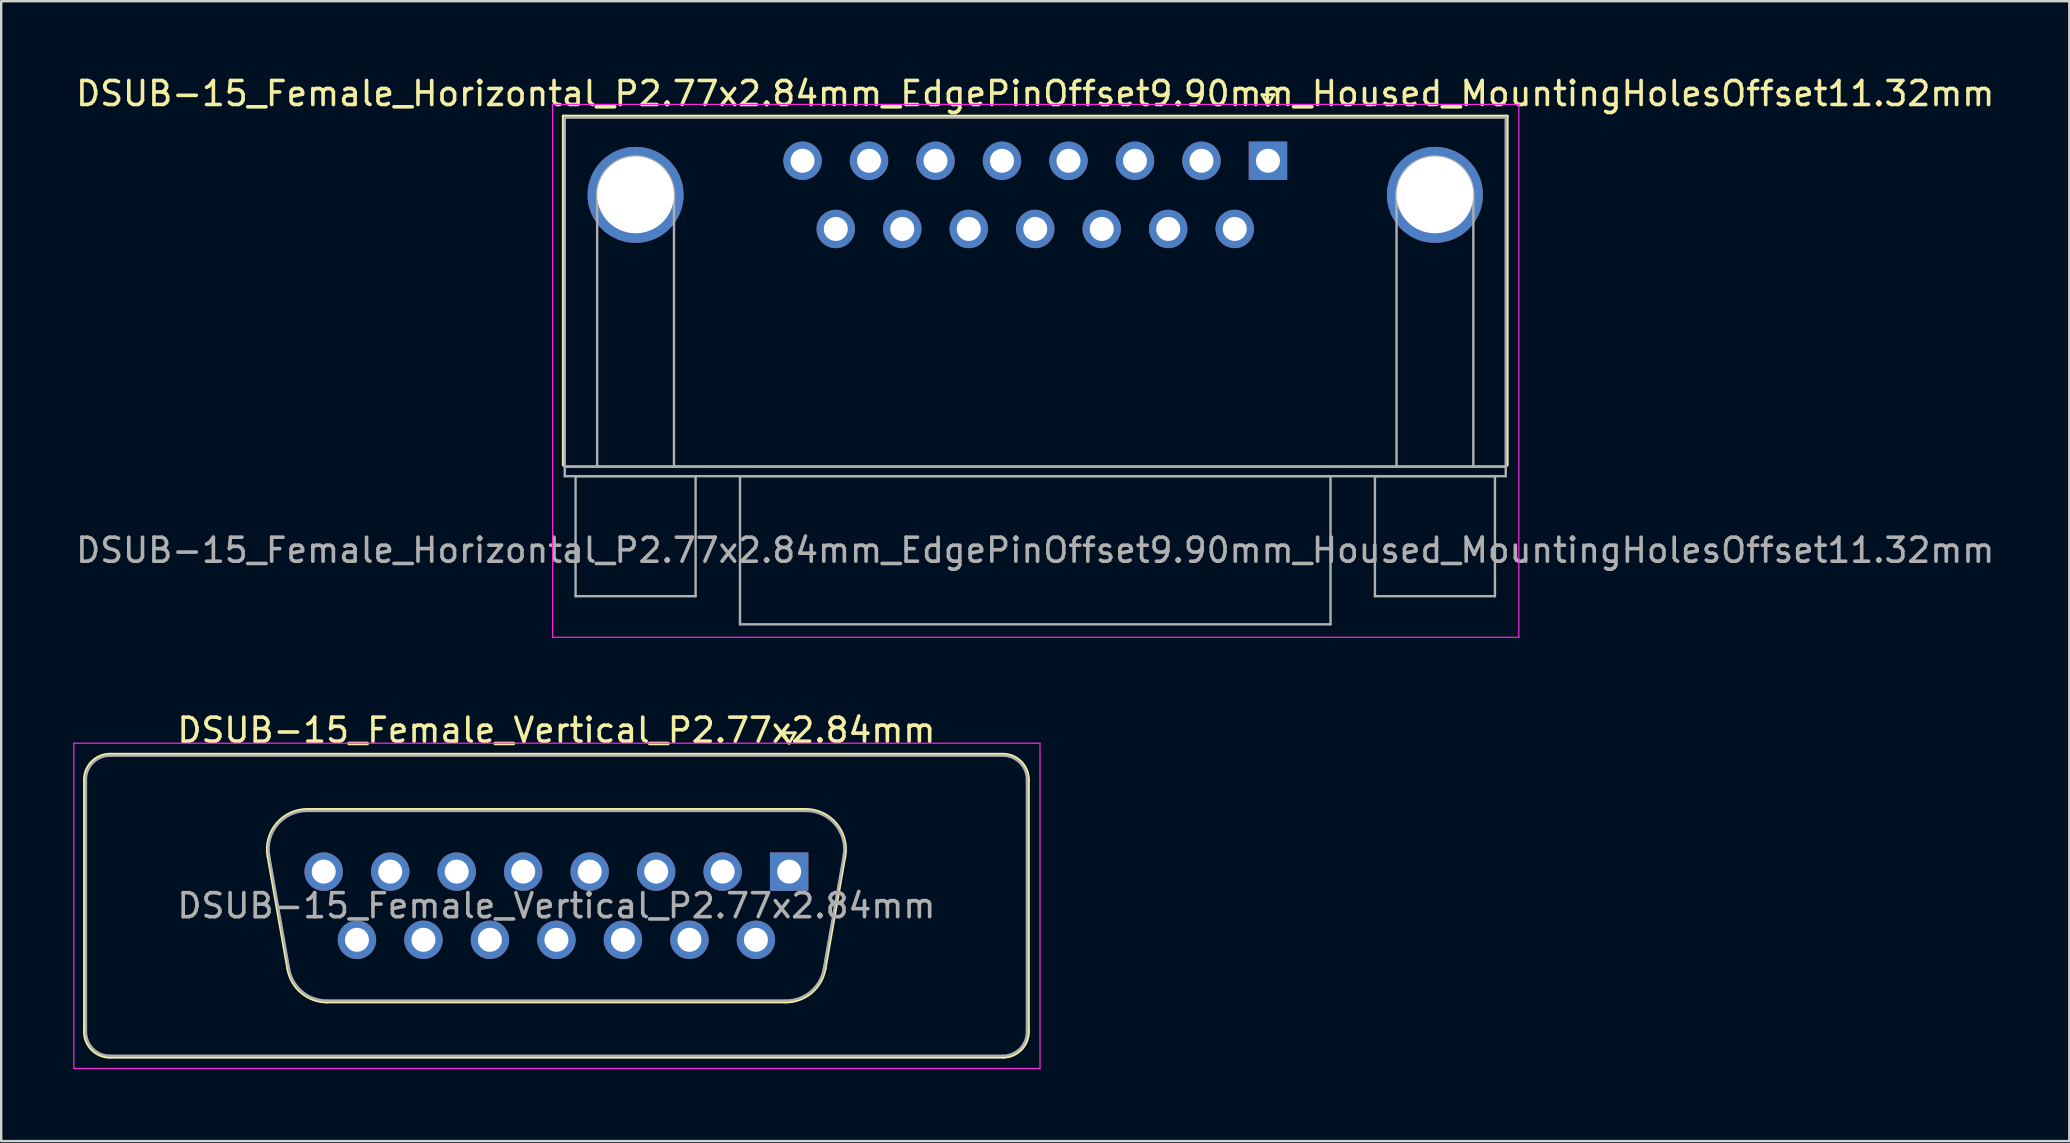
<source format=kicad_pcb>
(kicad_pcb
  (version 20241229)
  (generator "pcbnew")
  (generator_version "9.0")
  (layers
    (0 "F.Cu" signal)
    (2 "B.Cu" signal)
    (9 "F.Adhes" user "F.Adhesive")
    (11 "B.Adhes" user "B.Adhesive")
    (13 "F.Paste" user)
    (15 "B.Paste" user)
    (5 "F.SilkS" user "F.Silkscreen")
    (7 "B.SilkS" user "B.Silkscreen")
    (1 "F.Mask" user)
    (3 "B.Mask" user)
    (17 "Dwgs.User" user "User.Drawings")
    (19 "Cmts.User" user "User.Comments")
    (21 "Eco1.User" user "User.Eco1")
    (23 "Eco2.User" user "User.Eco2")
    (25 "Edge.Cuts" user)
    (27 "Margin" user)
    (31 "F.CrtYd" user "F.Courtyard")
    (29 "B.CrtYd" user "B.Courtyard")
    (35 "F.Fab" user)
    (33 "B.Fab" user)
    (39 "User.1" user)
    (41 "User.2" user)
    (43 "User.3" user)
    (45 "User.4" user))
  (footprint "DSUB-15_Female_Horizontal_P2.77x2.84mm_EdgePinOffset9.90mm_Housed_MountingHolesOffset11.32mm"
    (layer "F.Cu")
    (at 49.772 3.648)
    (property "Reference" "DSUB-15_Female_Horizontal_P2.77x2.84mm_EdgePinOffset9.90mm_Housed_MountingHolesOffset11.32mm" (at -9.695 -2.8 0) (layer "F.SilkS") (effects (font (size 1 1) (thickness 0.15))))
    (attr through_hole)
    (fp_line (start -29.355 -1.86) (end 9.965 -1.86) (stroke (width 0.12) (type solid)) (layer "F.SilkS"))
    (fp_line (start -29.355 12.68) (end -29.355 -1.86) (stroke (width 0.12) (type solid)) (layer "F.SilkS"))
    (fp_line (start -0.25 -2.754) (end 0.25 -2.754) (stroke (width 0.12) (type solid)) (layer "F.SilkS"))
    (fp_line (start 0 -2.321) (end -0.25 -2.754) (stroke (width 0.12) (type solid)) (layer "F.SilkS"))
    (fp_line (start 0.25 -2.754) (end 0 -2.321) (stroke (width 0.12) (type solid)) (layer "F.SilkS"))
    (fp_line (start 9.965 -1.86) (end 9.965 12.68) (stroke (width 0.12) (type solid)) (layer "F.SilkS"))
    (fp_line (start -29.8 -2.35) (end -29.8 19.85) (stroke (width 0.05) (type solid)) (layer "F.CrtYd"))
    (fp_line (start -29.8 19.85) (end 10.45 19.85) (stroke (width 0.05) (type solid)) (layer "F.CrtYd"))
    (fp_line (start 10.45 -2.35) (end -29.8 -2.35) (stroke (width 0.05) (type solid)) (layer "F.CrtYd"))
    (fp_line (start 10.45 19.85) (end 10.45 -2.35) (stroke (width 0.05) (type solid)) (layer "F.CrtYd"))
    (fp_line (start -29.295 -1.8) (end -29.295 12.74) (stroke (width 0.1) (type solid)) (layer "F.Fab"))
    (fp_line (start -29.295 12.74) (end -29.295 13.14) (stroke (width 0.1) (type solid)) (layer "F.Fab"))
    (fp_line (start -29.295 12.74) (end 9.905 12.74) (stroke (width 0.1) (type solid)) (layer "F.Fab"))
    (fp_line (start -29.295 13.14) (end 9.905 13.14) (stroke (width 0.1) (type solid)) (layer "F.Fab"))
    (fp_line (start -28.845 13.14) (end -28.845 18.14) (stroke (width 0.1) (type solid)) (layer "F.Fab"))
    (fp_line (start -28.845 18.14) (end -23.845 18.14) (stroke (width 0.1) (type solid)) (layer "F.Fab"))
    (fp_line (start -27.945 12.74) (end -27.945 1.42) (stroke (width 0.1) (type solid)) (layer "F.Fab"))
    (fp_line (start -24.745 12.74) (end -24.745 1.42) (stroke (width 0.1) (type solid)) (layer "F.Fab"))
    (fp_line (start -23.845 13.14) (end -28.845 13.14) (stroke (width 0.1) (type solid)) (layer "F.Fab"))
    (fp_line (start -23.845 18.14) (end -23.845 13.14) (stroke (width 0.1) (type solid)) (layer "F.Fab"))
    (fp_line (start -21.995 13.14) (end -21.995 19.31) (stroke (width 0.1) (type solid)) (layer "F.Fab"))
    (fp_line (start -21.995 19.31) (end 2.605 19.31) (stroke (width 0.1) (type solid)) (layer "F.Fab"))
    (fp_line (start 2.605 13.14) (end -21.995 13.14) (stroke (width 0.1) (type solid)) (layer "F.Fab"))
    (fp_line (start 2.605 19.31) (end 2.605 13.14) (stroke (width 0.1) (type solid)) (layer "F.Fab"))
    (fp_line (start 4.455 13.14) (end 4.455 18.14) (stroke (width 0.1) (type solid)) (layer "F.Fab"))
    (fp_line (start 4.455 18.14) (end 9.455 18.14) (stroke (width 0.1) (type solid)) (layer "F.Fab"))
    (fp_line (start 5.355 12.74) (end 5.355 1.42) (stroke (width 0.1) (type solid)) (layer "F.Fab"))
    (fp_line (start 8.555 12.74) (end 8.555 1.42) (stroke (width 0.1) (type solid)) (layer "F.Fab"))
    (fp_line (start 9.455 13.14) (end 4.455 13.14) (stroke (width 0.1) (type solid)) (layer "F.Fab"))
    (fp_line (start 9.455 18.14) (end 9.455 13.14) (stroke (width 0.1) (type solid)) (layer "F.Fab"))
    (fp_line (start 9.905 -1.8) (end -29.295 -1.8) (stroke (width 0.1) (type solid)) (layer "F.Fab"))
    (fp_line (start 9.905 12.74) (end -29.295 12.74) (stroke (width 0.1) (type solid)) (layer "F.Fab"))
    (fp_line (start 9.905 12.74) (end 9.905 -1.8) (stroke (width 0.1) (type solid)) (layer "F.Fab"))
    (fp_line (start 9.905 13.14) (end 9.905 12.74) (stroke (width 0.1) (type solid)) (layer "F.Fab"))
    (fp_arc (start -27.945 1.42) (mid -26.345 -0.18) (end -24.745 1.42) (stroke (width 0.1) (type solid)) (layer "F.Fab"))
    (fp_arc (start 5.355 1.42) (mid 6.955 -0.18) (end 8.555 1.42) (stroke (width 0.1) (type solid)) (layer "F.Fab"))
    (fp_text user "${REFERENCE}" (at -9.695 16.225 0) (layer "F.Fab") (effects (font (size 1 1) (thickness 0.15))))
    (pad "0" thru_hole circle (at -26.345 1.42) (size 4 4) (drill 3.2) (layers "*.Cu" "*.Mask"))
    (pad "0" thru_hole circle (at 6.955 1.42) (size 4 4) (drill 3.2) (layers "*.Cu" "*.Mask"))
    (pad "1" thru_hole rect (at 0 0) (size 1.6 1.6) (drill 1) (layers "*.Cu" "*.Mask"))
    (pad "2" thru_hole circle (at -2.77 0) (size 1.6 1.6) (drill 1) (layers "*.Cu" "*.Mask"))
    (pad "3" thru_hole circle (at -5.54 0) (size 1.6 1.6) (drill 1) (layers "*.Cu" "*.Mask"))
    (pad "4" thru_hole circle (at -8.31 0) (size 1.6 1.6) (drill 1) (layers "*.Cu" "*.Mask"))
    (pad "5" thru_hole circle (at -11.08 0) (size 1.6 1.6) (drill 1) (layers "*.Cu" "*.Mask"))
    (pad "6" thru_hole circle (at -13.85 0) (size 1.6 1.6) (drill 1) (layers "*.Cu" "*.Mask"))
    (pad "7" thru_hole circle (at -16.62 0) (size 1.6 1.6) (drill 1) (layers "*.Cu" "*.Mask"))
    (pad "8" thru_hole circle (at -19.39 0) (size 1.6 1.6) (drill 1) (layers "*.Cu" "*.Mask"))
    (pad "9" thru_hole circle (at -1.385 2.84) (size 1.6 1.6) (drill 1) (layers "*.Cu" "*.Mask"))
    (pad "10" thru_hole circle (at -4.155 2.84) (size 1.6 1.6) (drill 1) (layers "*.Cu" "*.Mask"))
    (pad "11" thru_hole circle (at -6.925 2.84) (size 1.6 1.6) (drill 1) (layers "*.Cu" "*.Mask"))
    (pad "12" thru_hole circle (at -9.695 2.84) (size 1.6 1.6) (drill 1) (layers "*.Cu" "*.Mask"))
    (pad "13" thru_hole circle (at -12.465 2.84) (size 1.6 1.6) (drill 1) (layers "*.Cu" "*.Mask"))
    (pad "14" thru_hole circle (at -15.235 2.84) (size 1.6 1.6) (drill 1) (layers "*.Cu" "*.Mask"))
    (pad "15" thru_hole circle (at -18.005 2.84) (size 1.6 1.6) (drill 1) (layers "*.Cu" "*.Mask")))
  (footprint "DSUB-15_Female_Vertical_P2.77x2.84mm"
    (layer "F.Cu")
    (at 29.825 33.261)
    (property "Reference" "DSUB-15_Female_Vertical_P2.77x2.84mm" (at -9.695 -5.89 0) (layer "F.SilkS") (effects (font (size 1 1) (thickness 0.15))))
    (attr through_hole)
    (fp_line (start -29.355 6.67) (end -29.355 -3.83) (stroke (width 0.12) (type solid)) (layer "F.SilkS"))
    (fp_line (start -28.295 -4.89) (end 8.905 -4.89) (stroke (width 0.12) (type solid)) (layer "F.SilkS"))
    (fp_line (start -21.711 -0.642) (end -20.883 4.058) (stroke (width 0.12) (type solid)) (layer "F.SilkS"))
    (fp_line (start -20.077 -2.59) (end 0.687 -2.59) (stroke (width 0.12) (type solid)) (layer "F.SilkS"))
    (fp_line (start -19.248 5.43) (end -0.142 5.43) (stroke (width 0.12) (type solid)) (layer "F.SilkS"))
    (fp_line (start -0.25 -5.784) (end 0.25 -5.784) (stroke (width 0.12) (type solid)) (layer "F.SilkS"))
    (fp_line (start 0 -5.351) (end -0.25 -5.784) (stroke (width 0.12) (type solid)) (layer "F.SilkS"))
    (fp_line (start 0.25 -5.784) (end 0 -5.351) (stroke (width 0.12) (type solid)) (layer "F.SilkS"))
    (fp_line (start 2.321 -0.642) (end 1.493 4.058) (stroke (width 0.12) (type solid)) (layer "F.SilkS"))
    (fp_line (start 8.905 7.73) (end -28.295 7.73) (stroke (width 0.12) (type solid)) (layer "F.SilkS"))
    (fp_line (start 9.965 -3.83) (end 9.965 6.67) (stroke (width 0.12) (type solid)) (layer "F.SilkS"))
    (fp_arc (start -29.355 -3.83) (mid -29.044533 -4.579533) (end -28.295 -4.89) (stroke (width 0.12) (type solid)) (layer "F.SilkS"))
    (fp_arc (start -28.295 7.73) (mid -29.044533 7.419533) (end -29.355 6.67) (stroke (width 0.12) (type solid)) (layer "F.SilkS"))
    (fp_arc (start -21.71147 -0.641744) (mid -21.348323 -1.997028) (end -20.076689 -2.59) (stroke (width 0.12) (type solid)) (layer "F.SilkS"))
    (fp_arc (start -19.247952 5.43) (mid -20.314979 5.041634) (end -20.882733 4.058256) (stroke (width 0.12) (type solid)) (layer "F.SilkS"))
    (fp_arc (start 0.686689 -2.59) (mid 1.958323 -1.997027) (end 2.32147 -0.641744) (stroke (width 0.12) (type solid)) (layer "F.SilkS"))
    (fp_arc (start 1.492733 4.058256) (mid 0.92498 5.041634) (end -0.142048 5.43) (stroke (width 0.12) (type solid)) (layer "F.SilkS"))
    (fp_arc (start 8.905 -4.89) (mid 9.654533 -4.579533) (end 9.965 -3.83) (stroke (width 0.12) (type solid)) (layer "F.SilkS"))
    (fp_arc (start 9.965 6.67) (mid 9.654533 7.419533) (end 8.905 7.73) (stroke (width 0.12) (type solid)) (layer "F.SilkS"))
    (fp_line (start -29.8 -5.35) (end -29.8 8.2) (stroke (width 0.05) (type solid)) (layer "F.CrtYd"))
    (fp_line (start -29.8 8.2) (end 10.45 8.2) (stroke (width 0.05) (type solid)) (layer "F.CrtYd"))
    (fp_line (start 10.45 -5.35) (end -29.8 -5.35) (stroke (width 0.05) (type solid)) (layer "F.CrtYd"))
    (fp_line (start 10.45 8.2) (end 10.45 -5.35) (stroke (width 0.05) (type solid)) (layer "F.CrtYd"))
    (fp_line (start -29.295 6.67) (end -29.295 -3.83) (stroke (width 0.1) (type solid)) (layer "F.Fab"))
    (fp_line (start -28.295 -4.83) (end 8.905 -4.83) (stroke (width 0.1) (type solid)) (layer "F.Fab"))
    (fp_line (start -21.664 -0.652) (end -20.835 4.048) (stroke (width 0.1) (type solid)) (layer "F.Fab"))
    (fp_line (start -20.088 -2.53) (end 0.698 -2.53) (stroke (width 0.1) (type solid)) (layer "F.Fab"))
    (fp_line (start -19.259 5.37) (end -0.131 5.37) (stroke (width 0.1) (type solid)) (layer "F.Fab"))
    (fp_line (start 2.274 -0.652) (end 1.445 4.048) (stroke (width 0.1) (type solid)) (layer "F.Fab"))
    (fp_line (start 8.905 7.67) (end -28.295 7.67) (stroke (width 0.1) (type solid)) (layer "F.Fab"))
    (fp_line (start 9.905 -3.83) (end 9.905 6.67) (stroke (width 0.1) (type solid)) (layer "F.Fab"))
    (fp_arc (start -29.295 -3.83) (mid -29.002107 -4.537107) (end -28.295 -4.83) (stroke (width 0.1) (type solid)) (layer "F.Fab"))
    (fp_arc (start -28.295 7.67) (mid -29.002107 7.377107) (end -29.295 6.67) (stroke (width 0.1) (type solid)) (layer "F.Fab"))
    (fp_arc (start -21.663886 -0.652163) (mid -21.313865 -1.95846) (end -20.088194 -2.53) (stroke (width 0.1) (type solid)) (layer "F.Fab"))
    (fp_arc (start -19.259457 5.37) (mid -20.287917 4.995671) (end -20.835149 4.047837) (stroke (width 0.1) (type solid)) (layer "F.Fab"))
    (fp_arc (start 0.698194 -2.53) (mid 1.923865 -1.95846) (end 2.273886 -0.652163) (stroke (width 0.1) (type solid)) (layer "F.Fab"))
    (fp_arc (start 1.445149 4.047837) (mid 0.897917 4.995671) (end -0.130543 5.37) (stroke (width 0.1) (type solid)) (layer "F.Fab"))
    (fp_arc (start 8.905 -4.83) (mid 9.612107 -4.537107) (end 9.905 -3.83) (stroke (width 0.1) (type solid)) (layer "F.Fab"))
    (fp_arc (start 9.905 6.67) (mid 9.612107 7.377107) (end 8.905 7.67) (stroke (width 0.1) (type solid)) (layer "F.Fab"))
    (fp_text user "${REFERENCE}" (at -9.695 1.42 0) (layer "F.Fab") (effects (font (size 1 1) (thickness 0.15))))
    (pad "1" thru_hole rect (at 0 0) (size 1.6 1.6) (drill 1) (layers "*.Cu" "*.Mask"))
    (pad "2" thru_hole circle (at -2.77 0) (size 1.6 1.6) (drill 1) (layers "*.Cu" "*.Mask"))
    (pad "3" thru_hole circle (at -5.54 0) (size 1.6 1.6) (drill 1) (layers "*.Cu" "*.Mask"))
    (pad "4" thru_hole circle (at -8.31 0) (size 1.6 1.6) (drill 1) (layers "*.Cu" "*.Mask"))
    (pad "5" thru_hole circle (at -11.08 0) (size 1.6 1.6) (drill 1) (layers "*.Cu" "*.Mask"))
    (pad "6" thru_hole circle (at -13.85 0) (size 1.6 1.6) (drill 1) (layers "*.Cu" "*.Mask"))
    (pad "7" thru_hole circle (at -16.62 0) (size 1.6 1.6) (drill 1) (layers "*.Cu" "*.Mask"))
    (pad "8" thru_hole circle (at -19.39 0) (size 1.6 1.6) (drill 1) (layers "*.Cu" "*.Mask"))
    (pad "9" thru_hole circle (at -1.385 2.84) (size 1.6 1.6) (drill 1) (layers "*.Cu" "*.Mask"))
    (pad "10" thru_hole circle (at -4.155 2.84) (size 1.6 1.6) (drill 1) (layers "*.Cu" "*.Mask"))
    (pad "11" thru_hole circle (at -6.925 2.84) (size 1.6 1.6) (drill 1) (layers "*.Cu" "*.Mask"))
    (pad "12" thru_hole circle (at -9.695 2.84) (size 1.6 1.6) (drill 1) (layers "*.Cu" "*.Mask"))
    (pad "13" thru_hole circle (at -12.465 2.84) (size 1.6 1.6) (drill 1) (layers "*.Cu" "*.Mask"))
    (pad "14" thru_hole circle (at -15.235 2.84) (size 1.6 1.6) (drill 1) (layers "*.Cu" "*.Mask"))
    (pad "15" thru_hole circle (at -18.005 2.84) (size 1.6 1.6) (drill 1) (layers "*.Cu" "*.Mask")))
  (gr_rect
    (start -3 -3)
    (end 83.155 44.486)
    (stroke (width 0.1) (type default))
    (fill no)
    (layer "Edge.Cuts")))
</source>
